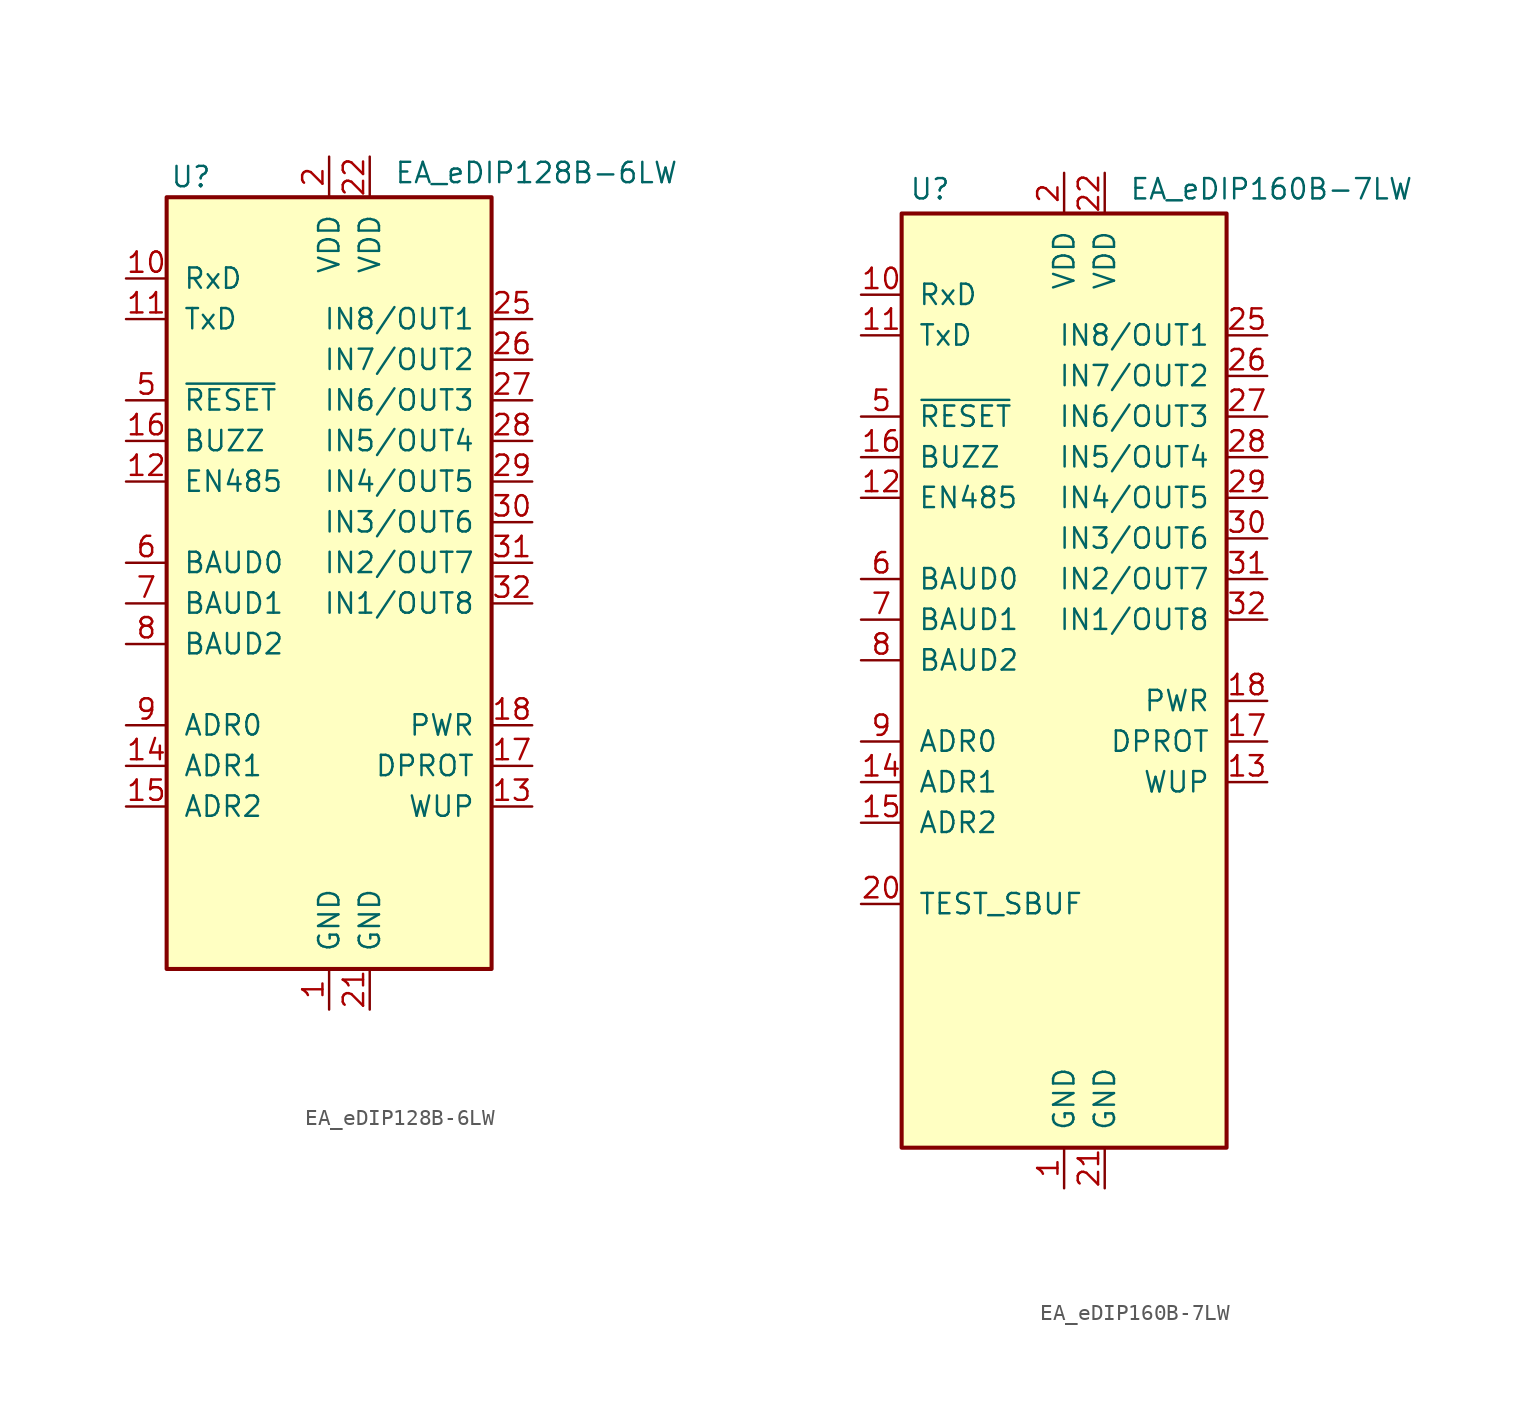
<source format=kicad_sym>
(kicad_symbol_lib
  (version 20201005)
  (generator kicad_symbol_editor)
  (symbol "Display_Graphic:EA_eDIP128B-6LW"
    (pin_names
      (offset 1.016))
    (property "Reference" "U"
      (at -8.636 24.13 0)
      (effects (font (size 1.27 1.27))))
    (property "Value" "EA_eDIP128B-6LW"
      (at 4.064 24.384 0)
      (effects (font (size 1.27 1.27)) (justify left)))
    (symbol "EA_eDIP128B-6LW_0_1"
      (rectangle (start -10.16 22.86) (end 10.16 -25.4) (stroke (width 0.254)) (fill (type background))))
    (symbol "EA_eDIP128B-6LW_1_1"
      (pin power_in line (at 0 -27.94 90) (length 2.54) (name "GND" (effects (font (size 1.27 1.27)))) (number "1" (effects (font (size 1.27 1.27)))))
      (pin input line (at -12.7 17.78 0) (length 2.54) (name "RxD" (effects (font (size 1.27 1.27)))) (number "10" (effects (font (size 1.27 1.27)))))
      (pin output line (at -12.7 15.24 0) (length 2.54) (name "TxD" (effects (font (size 1.27 1.27)))) (number "11" (effects (font (size 1.27 1.27)))))
      (pin output line (at -12.7 5.08 0) (length 2.54) (name "EN485" (effects (font (size 1.27 1.27)))) (number "12" (effects (font (size 1.27 1.27)))))
      (pin input line (at 12.7 -15.24 180) (length 2.54) (name "WUP" (effects (font (size 1.27 1.27)))) (number "13" (effects (font (size 1.27 1.27)))))
      (pin input line (at -12.7 -12.7 0) (length 2.54) (name "ADR1" (effects (font (size 1.27 1.27)))) (number "14" (effects (font (size 1.27 1.27)))))
      (pin input line (at -12.7 -15.24 0) (length 2.54) (name "ADR2" (effects (font (size 1.27 1.27)))) (number "15" (effects (font (size 1.27 1.27)))))
      (pin output line (at -12.7 7.62 0) (length 2.54) (name "BUZZ" (effects (font (size 1.27 1.27)))) (number "16" (effects (font (size 1.27 1.27)))))
      (pin input line (at 12.7 -12.7 180) (length 2.54) (name "DPROT" (effects (font (size 1.27 1.27)))) (number "17" (effects (font (size 1.27 1.27)))))
      (pin output line (at 12.7 -10.16 180) (length 2.54) (name "PWR" (effects (font (size 1.27 1.27)))) (number "18" (effects (font (size 1.27 1.27)))))
      (pin no_connect line (at -12.7 -22.86 0) (length 2.54) hide (name "NC" (effects (font (size 1.27 1.27)))) (number "19" (effects (font (size 1.27 1.27)))))
      (pin power_in line (at 0 25.4 270) (length 2.54) (name "VDD" (effects (font (size 1.27 1.27)))) (number "2" (effects (font (size 1.27 1.27)))))
      (pin power_in line (at 2.54 -27.94 90) (length 2.54) (name "GND" (effects (font (size 1.27 1.27)))) (number "21" (effects (font (size 1.27 1.27)))))
      (pin power_in line (at 2.54 25.4 270) (length 2.54) (name "VDD" (effects (font (size 1.27 1.27)))) (number "22" (effects (font (size 1.27 1.27)))))
      (pin no_connect line (at 12.7 -17.78 180) (length 2.54) hide (name "NC" (effects (font (size 1.27 1.27)))) (number "23" (effects (font (size 1.27 1.27)))))
      (pin no_connect line (at 12.7 -20.32 180) (length 2.54) hide (name "NC" (effects (font (size 1.27 1.27)))) (number "24" (effects (font (size 1.27 1.27)))))
      (pin bidirectional line (at 12.7 15.24 180) (length 2.54) (name "IN8/OUT1" (effects (font (size 1.27 1.27)))) (number "25" (effects (font (size 1.27 1.27)))))
      (pin bidirectional line (at 12.7 12.7 180) (length 2.54) (name "IN7/OUT2" (effects (font (size 1.27 1.27)))) (number "26" (effects (font (size 1.27 1.27)))))
      (pin bidirectional line (at 12.7 10.16 180) (length 2.54) (name "IN6/OUT3" (effects (font (size 1.27 1.27)))) (number "27" (effects (font (size 1.27 1.27)))))
      (pin bidirectional line (at 12.7 7.62 180) (length 2.54) (name "IN5/OUT4" (effects (font (size 1.27 1.27)))) (number "28" (effects (font (size 1.27 1.27)))))
      (pin bidirectional line (at 12.7 5.08 180) (length 2.54) (name "IN4/OUT5" (effects (font (size 1.27 1.27)))) (number "29" (effects (font (size 1.27 1.27)))))
      (pin no_connect line (at -12.7 -17.78 0) (length 2.54) hide (name "NC" (effects (font (size 1.27 1.27)))) (number "3" (effects (font (size 1.27 1.27)))))
      (pin bidirectional line (at 12.7 2.54 180) (length 2.54) (name "IN3/OUT6" (effects (font (size 1.27 1.27)))) (number "30" (effects (font (size 1.27 1.27)))))
      (pin bidirectional line (at 12.7 0 180) (length 2.54) (name "IN2/OUT7" (effects (font (size 1.27 1.27)))) (number "31" (effects (font (size 1.27 1.27)))))
      (pin bidirectional line (at 12.7 -2.54 180) (length 2.54) (name "IN1/OUT8" (effects (font (size 1.27 1.27)))) (number "32" (effects (font (size 1.27 1.27)))))
      (pin no_connect line (at -12.7 -20.32 0) (length 2.54) hide (name "NC" (effects (font (size 1.27 1.27)))) (number "4" (effects (font (size 1.27 1.27)))))
      (pin input line (at -12.7 10.16 0) (length 2.54) (name "~RESET" (effects (font (size 1.27 1.27)))) (number "5" (effects (font (size 1.27 1.27)))))
      (pin input line (at -12.7 0 0) (length 2.54) (name "BAUD0" (effects (font (size 1.27 1.27)))) (number "6" (effects (font (size 1.27 1.27)))))
      (pin input line (at -12.7 -2.54 0) (length 2.54) (name "BAUD1" (effects (font (size 1.27 1.27)))) (number "7" (effects (font (size 1.27 1.27)))))
      (pin input line (at -12.7 -5.08 0) (length 2.54) (name "BAUD2" (effects (font (size 1.27 1.27)))) (number "8" (effects (font (size 1.27 1.27)))))
      (pin input line (at -12.7 -10.16 0) (length 2.54) (name "ADR0" (effects (font (size 1.27 1.27)))) (number "9" (effects (font (size 1.27 1.27)))))))
  (symbol "Display_Graphic:EA_eDIP160B-7LW"
    (pin_names
      (offset 1.016))
    (property "Reference" "U"
      (at -8.382 29.464 0)
      (effects (font (size 1.27 1.27))))
    (property "Value" "EA_eDIP160B-7LW"
      (at 4.064 29.464 0)
      (effects (font (size 1.27 1.27)) (justify left)))
    (symbol "EA_eDIP160B-7LW_0_1"
      (rectangle (start -10.16 27.94) (end 10.16 -30.48) (stroke (width 0.254)) (fill (type background))))
    (symbol "EA_eDIP160B-7LW_1_1"
      (pin power_in line (at 0 -33.02 90) (length 2.54) (name "GND" (effects (font (size 1.27 1.27)))) (number "1" (effects (font (size 1.27 1.27)))))
      (pin input line (at -12.7 22.86 0) (length 2.54) (name "RxD" (effects (font (size 1.27 1.27)))) (number "10" (effects (font (size 1.27 1.27)))))
      (pin output line (at -12.7 20.32 0) (length 2.54) (name "TxD" (effects (font (size 1.27 1.27)))) (number "11" (effects (font (size 1.27 1.27)))))
      (pin output line (at -12.7 10.16 0) (length 2.54) (name "EN485" (effects (font (size 1.27 1.27)))) (number "12" (effects (font (size 1.27 1.27)))))
      (pin input line (at 12.7 -7.62 180) (length 2.54) (name "WUP" (effects (font (size 1.27 1.27)))) (number "13" (effects (font (size 1.27 1.27)))))
      (pin input line (at -12.7 -7.62 0) (length 2.54) (name "ADR1" (effects (font (size 1.27 1.27)))) (number "14" (effects (font (size 1.27 1.27)))))
      (pin input line (at -12.7 -10.16 0) (length 2.54) (name "ADR2" (effects (font (size 1.27 1.27)))) (number "15" (effects (font (size 1.27 1.27)))))
      (pin output line (at -12.7 12.7 0) (length 2.54) (name "BUZZ" (effects (font (size 1.27 1.27)))) (number "16" (effects (font (size 1.27 1.27)))))
      (pin input line (at 12.7 -5.08 180) (length 2.54) (name "DPROT" (effects (font (size 1.27 1.27)))) (number "17" (effects (font (size 1.27 1.27)))))
      (pin output line (at 12.7 -2.54 180) (length 2.54) (name "PWR" (effects (font (size 1.27 1.27)))) (number "18" (effects (font (size 1.27 1.27)))))
      (pin no_connect line (at -10.16 -22.86 0) (length 2.54) hide (name "NC" (effects (font (size 1.27 1.27)))) (number "19" (effects (font (size 1.27 1.27)))))
      (pin power_in line (at 0 30.48 270) (length 2.54) (name "VDD" (effects (font (size 1.27 1.27)))) (number "2" (effects (font (size 1.27 1.27)))))
      (pin open_collector line (at -12.7 -15.24 0) (length 2.54) (name "TEST_SBUF" (effects (font (size 1.27 1.27)))) (number "20" (effects (font (size 1.27 1.27)))))
      (pin power_in line (at 2.54 -33.02 90) (length 2.54) (name "GND" (effects (font (size 1.27 1.27)))) (number "21" (effects (font (size 1.27 1.27)))))
      (pin power_in line (at 2.54 30.48 270) (length 2.54) (name "VDD" (effects (font (size 1.27 1.27)))) (number "22" (effects (font (size 1.27 1.27)))))
      (pin no_connect line (at -10.16 -25.4 0) (length 2.54) hide (name "NC" (effects (font (size 1.27 1.27)))) (number "23" (effects (font (size 1.27 1.27)))))
      (pin no_connect line (at -10.16 -27.94 0) (length 2.54) hide (name "NC" (effects (font (size 1.27 1.27)))) (number "24" (effects (font (size 1.27 1.27)))))
      (pin bidirectional line (at 12.7 20.32 180) (length 2.54) (name "IN8/OUT1" (effects (font (size 1.27 1.27)))) (number "25" (effects (font (size 1.27 1.27)))))
      (pin bidirectional line (at 12.7 17.78 180) (length 2.54) (name "IN7/OUT2" (effects (font (size 1.27 1.27)))) (number "26" (effects (font (size 1.27 1.27)))))
      (pin bidirectional line (at 12.7 15.24 180) (length 2.54) (name "IN6/OUT3" (effects (font (size 1.27 1.27)))) (number "27" (effects (font (size 1.27 1.27)))))
      (pin bidirectional line (at 12.7 12.7 180) (length 2.54) (name "IN5/OUT4" (effects (font (size 1.27 1.27)))) (number "28" (effects (font (size 1.27 1.27)))))
      (pin bidirectional line (at 12.7 10.16 180) (length 2.54) (name "IN4/OUT5" (effects (font (size 1.27 1.27)))) (number "29" (effects (font (size 1.27 1.27)))))
      (pin no_connect line (at -10.16 -17.78 0) (length 2.54) hide (name "NC" (effects (font (size 1.27 1.27)))) (number "3" (effects (font (size 1.27 1.27)))))
      (pin bidirectional line (at 12.7 7.62 180) (length 2.54) (name "IN3/OUT6" (effects (font (size 1.27 1.27)))) (number "30" (effects (font (size 1.27 1.27)))))
      (pin bidirectional line (at 12.7 5.08 180) (length 2.54) (name "IN2/OUT7" (effects (font (size 1.27 1.27)))) (number "31" (effects (font (size 1.27 1.27)))))
      (pin bidirectional line (at 12.7 2.54 180) (length 2.54) (name "IN1/OUT8" (effects (font (size 1.27 1.27)))) (number "32" (effects (font (size 1.27 1.27)))))
      (pin no_connect line (at 10.16 -10.16 180) (length 2.54) hide (name "NC" (effects (font (size 1.27 1.27)))) (number "33" (effects (font (size 1.27 1.27)))))
      (pin no_connect line (at 10.16 -12.7 180) (length 2.54) hide (name "NC" (effects (font (size 1.27 1.27)))) (number "34" (effects (font (size 1.27 1.27)))))
      (pin no_connect line (at 10.16 -15.24 180) (length 2.54) hide (name "NC" (effects (font (size 1.27 1.27)))) (number "35" (effects (font (size 1.27 1.27)))))
      (pin no_connect line (at 10.16 -17.78 180) (length 2.54) hide (name "NC" (effects (font (size 1.27 1.27)))) (number "36" (effects (font (size 1.27 1.27)))))
      (pin no_connect line (at 10.16 -20.32 180) (length 2.54) hide (name "NC" (effects (font (size 1.27 1.27)))) (number "37" (effects (font (size 1.27 1.27)))))
      (pin no_connect line (at 10.16 -22.86 180) (length 2.54) hide (name "NC" (effects (font (size 1.27 1.27)))) (number "38" (effects (font (size 1.27 1.27)))))
      (pin no_connect line (at 10.16 -25.4 180) (length 2.54) hide (name "NC" (effects (font (size 1.27 1.27)))) (number "39" (effects (font (size 1.27 1.27)))))
      (pin no_connect line (at -10.16 -20.32 0) (length 2.54) hide (name "NC" (effects (font (size 1.27 1.27)))) (number "4" (effects (font (size 1.27 1.27)))))
      (pin no_connect line (at 10.16 -27.94 180) (length 2.54) hide (name "NC" (effects (font (size 1.27 1.27)))) (number "40" (effects (font (size 1.27 1.27)))))
      (pin input line (at -12.7 15.24 0) (length 2.54) (name "~RESET" (effects (font (size 1.27 1.27)))) (number "5" (effects (font (size 1.27 1.27)))))
      (pin input line (at -12.7 5.08 0) (length 2.54) (name "BAUD0" (effects (font (size 1.27 1.27)))) (number "6" (effects (font (size 1.27 1.27)))))
      (pin input line (at -12.7 2.54 0) (length 2.54) (name "BAUD1" (effects (font (size 1.27 1.27)))) (number "7" (effects (font (size 1.27 1.27)))))
      (pin input line (at -12.7 0 0) (length 2.54) (name "BAUD2" (effects (font (size 1.27 1.27)))) (number "8" (effects (font (size 1.27 1.27)))))
      (pin input line (at -12.7 -5.08 0) (length 2.54) (name "ADR0" (effects (font (size 1.27 1.27)))) (number "9" (effects (font (size 1.27 1.27))))))))
</source>
